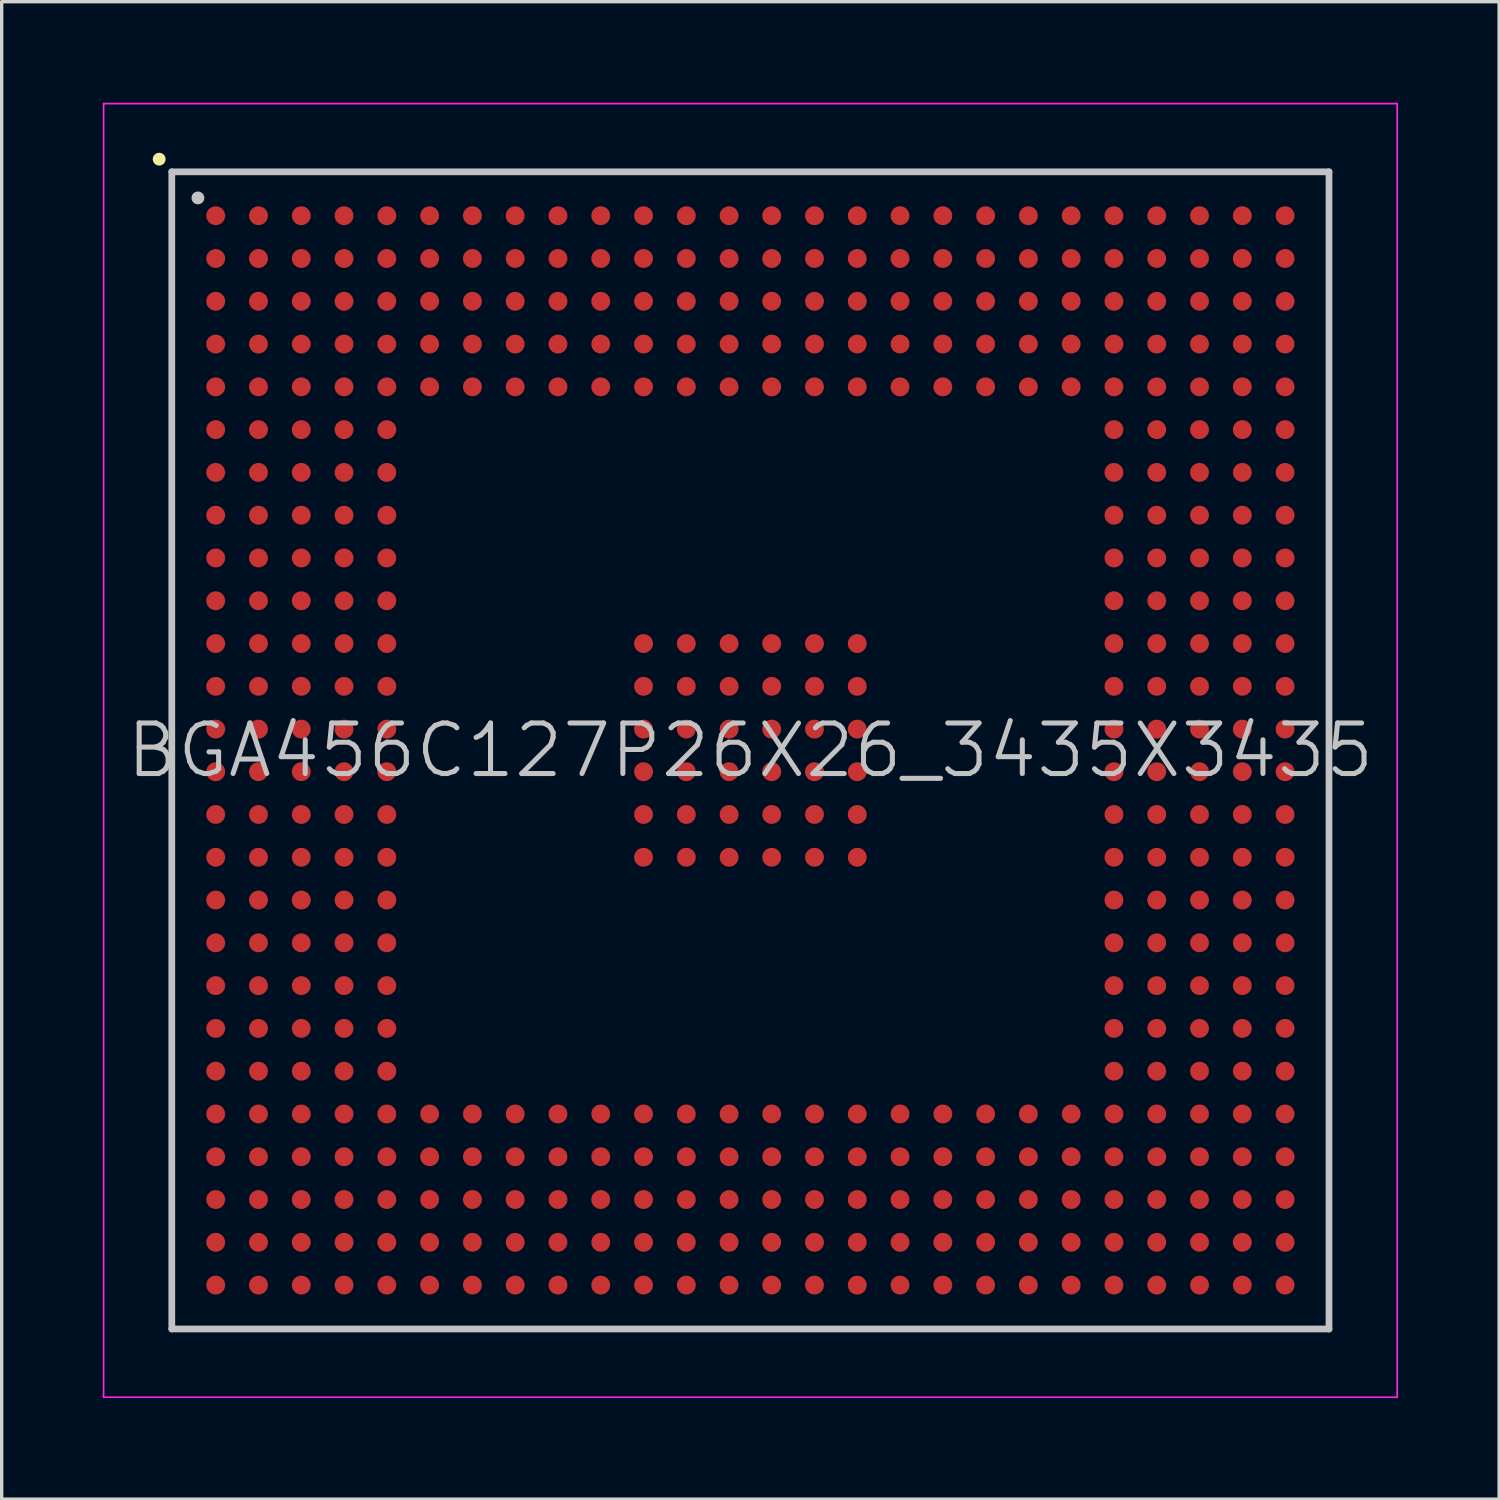
<source format=kicad_pcb>
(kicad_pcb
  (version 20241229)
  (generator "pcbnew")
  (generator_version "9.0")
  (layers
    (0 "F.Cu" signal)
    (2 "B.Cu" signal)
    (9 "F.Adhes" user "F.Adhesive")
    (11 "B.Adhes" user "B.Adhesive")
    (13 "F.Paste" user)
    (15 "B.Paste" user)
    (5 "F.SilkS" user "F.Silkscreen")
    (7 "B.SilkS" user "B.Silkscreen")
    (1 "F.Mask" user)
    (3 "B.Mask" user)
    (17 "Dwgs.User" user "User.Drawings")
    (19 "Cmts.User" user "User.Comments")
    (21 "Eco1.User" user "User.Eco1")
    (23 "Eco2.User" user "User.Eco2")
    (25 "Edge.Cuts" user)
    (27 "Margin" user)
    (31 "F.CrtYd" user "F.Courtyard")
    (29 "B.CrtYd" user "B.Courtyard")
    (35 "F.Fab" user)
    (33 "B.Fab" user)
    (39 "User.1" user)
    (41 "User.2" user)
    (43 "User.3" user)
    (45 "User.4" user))
  (footprint "BGA456C127P26X26_3435X3435"
    (layer "F.Cu")
    (at 19.225 19.225)
    (property "Reference" "BGA456C127P26X26_3435X3435" (at 0 0 0) (layer "Dwgs.User") (effects (font (size 1.5 1.5) (thickness 0.15))))
    (attr smd)
    (fp_line (start -17.55 -17.55) (end -17.55 -17.55) (stroke (width 0.381) (type solid)) (layer "F.SilkS"))
    (fp_line (start -17.175 -17.175) (end -17.175 17.175) (stroke (width 0.2) (type solid)) (layer "Dwgs.User"))
    (fp_line (start -17.175 -17.175) (end 17.175 -17.175) (stroke (width 0.2) (type solid)) (layer "Dwgs.User"))
    (fp_line (start -17.175 17.175) (end 17.175 17.175) (stroke (width 0.2) (type solid)) (layer "Dwgs.User"))
    (fp_line (start -16.4 -16.4) (end -16.4 -16.4) (stroke (width 0.381) (type solid)) (layer "Dwgs.User"))
    (fp_line (start 17.175 -17.175) (end 17.175 17.175) (stroke (width 0.2) (type solid)) (layer "Dwgs.User"))
    (fp_line (start -19.2 -19.2) (end -19.2 19.2) (stroke (width 0.05) (type solid)) (layer "F.CrtYd"))
    (fp_line (start -19.2 -19.2) (end 19.2 -19.2) (stroke (width 0.05) (type solid)) (layer "F.CrtYd"))
    (fp_line (start -19.2 19.2) (end 19.2 19.2) (stroke (width 0.05) (type solid)) (layer "F.CrtYd"))
    (fp_line (start 19.2 -19.2) (end 19.2 19.2) (stroke (width 0.05) (type solid)) (layer "F.CrtYd"))
    (pad "A1" smd circle (at -15.872 -15.872 270) (size 0.56 0.56) (layers "F.Cu" "F.Mask" "F.Paste"))
    (pad "A2" smd circle (at -14.602 -15.872 270) (size 0.56 0.56) (layers "F.Cu" "F.Mask" "F.Paste"))
    (pad "A3" smd circle (at -13.332 -15.872 270) (size 0.56 0.56) (layers "F.Cu" "F.Mask" "F.Paste"))
    (pad "A4" smd circle (at -12.062 -15.872 270) (size 0.56 0.56) (layers "F.Cu" "F.Mask" "F.Paste"))
    (pad "A5" smd circle (at -10.792 -15.872 270) (size 0.56 0.56) (layers "F.Cu" "F.Mask" "F.Paste"))
    (pad "A6" smd circle (at -9.522 -15.872 270) (size 0.56 0.56) (layers "F.Cu" "F.Mask" "F.Paste"))
    (pad "A7" smd circle (at -8.252 -15.872 270) (size 0.56 0.56) (layers "F.Cu" "F.Mask" "F.Paste"))
    (pad "A8" smd circle (at -6.982 -15.872 270) (size 0.56 0.56) (layers "F.Cu" "F.Mask" "F.Paste"))
    (pad "A9" smd circle (at -5.712 -15.872 270) (size 0.56 0.56) (layers "F.Cu" "F.Mask" "F.Paste"))
    (pad "A10" smd circle (at -4.442 -15.872 270) (size 0.56 0.56) (layers "F.Cu" "F.Mask" "F.Paste"))
    (pad "A11" smd circle (at -3.172 -15.872 270) (size 0.56 0.56) (layers "F.Cu" "F.Mask" "F.Paste"))
    (pad "A12" smd circle (at -1.902 -15.872 270) (size 0.56 0.56) (layers "F.Cu" "F.Mask" "F.Paste"))
    (pad "A13" smd circle (at -0.632 -15.872 270) (size 0.56 0.56) (layers "F.Cu" "F.Mask" "F.Paste"))
    (pad "A14" smd circle (at 0.632 -15.872 270) (size 0.56 0.56) (layers "F.Cu" "F.Mask" "F.Paste"))
    (pad "A15" smd circle (at 1.902 -15.872 270) (size 0.56 0.56) (layers "F.Cu" "F.Mask" "F.Paste"))
    (pad "A16" smd circle (at 3.172 -15.872 270) (size 0.56 0.56) (layers "F.Cu" "F.Mask" "F.Paste"))
    (pad "A17" smd circle (at 4.442 -15.872 270) (size 0.56 0.56) (layers "F.Cu" "F.Mask" "F.Paste"))
    (pad "A18" smd circle (at 5.712 -15.872 270) (size 0.56 0.56) (layers "F.Cu" "F.Mask" "F.Paste"))
    (pad "A19" smd circle (at 6.982 -15.872 270) (size 0.56 0.56) (layers "F.Cu" "F.Mask" "F.Paste"))
    (pad "A20" smd circle (at 8.252 -15.872 270) (size 0.56 0.56) (layers "F.Cu" "F.Mask" "F.Paste"))
    (pad "A21" smd circle (at 9.522 -15.872 270) (size 0.56 0.56) (layers "F.Cu" "F.Mask" "F.Paste"))
    (pad "A22" smd circle (at 10.792 -15.872 270) (size 0.56 0.56) (layers "F.Cu" "F.Mask" "F.Paste"))
    (pad "A23" smd circle (at 12.062 -15.872 270) (size 0.56 0.56) (layers "F.Cu" "F.Mask" "F.Paste"))
    (pad "A24" smd circle (at 13.332 -15.872 270) (size 0.56 0.56) (layers "F.Cu" "F.Mask" "F.Paste"))
    (pad "A25" smd circle (at 14.602 -15.872 270) (size 0.56 0.56) (layers "F.Cu" "F.Mask" "F.Paste"))
    (pad "A26" smd circle (at 15.872 -15.872 270) (size 0.56 0.56) (layers "F.Cu" "F.Mask" "F.Paste"))
    (pad "AA1" smd circle (at -15.872 9.522 270) (size 0.56 0.56) (layers "F.Cu" "F.Mask" "F.Paste"))
    (pad "AA2" smd circle (at -14.602 9.522 270) (size 0.56 0.56) (layers "F.Cu" "F.Mask" "F.Paste"))
    (pad "AA3" smd circle (at -13.332 9.522 270) (size 0.56 0.56) (layers "F.Cu" "F.Mask" "F.Paste"))
    (pad "AA4" smd circle (at -12.062 9.522 270) (size 0.56 0.56) (layers "F.Cu" "F.Mask" "F.Paste"))
    (pad "AA5" smd circle (at -10.792 9.522 270) (size 0.56 0.56) (layers "F.Cu" "F.Mask" "F.Paste"))
    (pad "AA22" smd circle (at 10.792 9.522 270) (size 0.56 0.56) (layers "F.Cu" "F.Mask" "F.Paste"))
    (pad "AA23" smd circle (at 12.062 9.522 270) (size 0.56 0.56) (layers "F.Cu" "F.Mask" "F.Paste"))
    (pad "AA24" smd circle (at 13.332 9.522 270) (size 0.56 0.56) (layers "F.Cu" "F.Mask" "F.Paste"))
    (pad "AA25" smd circle (at 14.602 9.522 270) (size 0.56 0.56) (layers "F.Cu" "F.Mask" "F.Paste"))
    (pad "AA26" smd circle (at 15.872 9.522 270) (size 0.56 0.56) (layers "F.Cu" "F.Mask" "F.Paste"))
    (pad "AB1" smd circle (at -15.872 10.792 270) (size 0.56 0.56) (layers "F.Cu" "F.Mask" "F.Paste"))
    (pad "AB2" smd circle (at -14.602 10.792 270) (size 0.56 0.56) (layers "F.Cu" "F.Mask" "F.Paste"))
    (pad "AB3" smd circle (at -13.332 10.792 270) (size 0.56 0.56) (layers "F.Cu" "F.Mask" "F.Paste"))
    (pad "AB4" smd circle (at -12.062 10.792 270) (size 0.56 0.56) (layers "F.Cu" "F.Mask" "F.Paste"))
    (pad "AB5" smd circle (at -10.792 10.792 270) (size 0.56 0.56) (layers "F.Cu" "F.Mask" "F.Paste"))
    (pad "AB6" smd circle (at -9.522 10.792 270) (size 0.56 0.56) (layers "F.Cu" "F.Mask" "F.Paste"))
    (pad "AB7" smd circle (at -8.252 10.792 270) (size 0.56 0.56) (layers "F.Cu" "F.Mask" "F.Paste"))
    (pad "AB8" smd circle (at -6.982 10.792 270) (size 0.56 0.56) (layers "F.Cu" "F.Mask" "F.Paste"))
    (pad "AB9" smd circle (at -5.712 10.792 270) (size 0.56 0.56) (layers "F.Cu" "F.Mask" "F.Paste"))
    (pad "AB10" smd circle (at -4.442 10.792 270) (size 0.56 0.56) (layers "F.Cu" "F.Mask" "F.Paste"))
    (pad "AB11" smd circle (at -3.172 10.792 270) (size 0.56 0.56) (layers "F.Cu" "F.Mask" "F.Paste"))
    (pad "AB12" smd circle (at -1.902 10.792 270) (size 0.56 0.56) (layers "F.Cu" "F.Mask" "F.Paste"))
    (pad "AB13" smd circle (at -0.632 10.792 270) (size 0.56 0.56) (layers "F.Cu" "F.Mask" "F.Paste"))
    (pad "AB14" smd circle (at 0.632 10.792 270) (size 0.56 0.56) (layers "F.Cu" "F.Mask" "F.Paste"))
    (pad "AB15" smd circle (at 1.902 10.792 270) (size 0.56 0.56) (layers "F.Cu" "F.Mask" "F.Paste"))
    (pad "AB16" smd circle (at 3.172 10.792 270) (size 0.56 0.56) (layers "F.Cu" "F.Mask" "F.Paste"))
    (pad "AB17" smd circle (at 4.442 10.792 270) (size 0.56 0.56) (layers "F.Cu" "F.Mask" "F.Paste"))
    (pad "AB18" smd circle (at 5.712 10.792 270) (size 0.56 0.56) (layers "F.Cu" "F.Mask" "F.Paste"))
    (pad "AB19" smd circle (at 6.982 10.792 270) (size 0.56 0.56) (layers "F.Cu" "F.Mask" "F.Paste"))
    (pad "AB20" smd circle (at 8.252 10.792 270) (size 0.56 0.56) (layers "F.Cu" "F.Mask" "F.Paste"))
    (pad "AB21" smd circle (at 9.522 10.792 270) (size 0.56 0.56) (layers "F.Cu" "F.Mask" "F.Paste"))
    (pad "AB22" smd circle (at 10.792 10.792 270) (size 0.56 0.56) (layers "F.Cu" "F.Mask" "F.Paste"))
    (pad "AB23" smd circle (at 12.062 10.792 270) (size 0.56 0.56) (layers "F.Cu" "F.Mask" "F.Paste"))
    (pad "AB24" smd circle (at 13.332 10.792 270) (size 0.56 0.56) (layers "F.Cu" "F.Mask" "F.Paste"))
    (pad "AB25" smd circle (at 14.602 10.792 270) (size 0.56 0.56) (layers "F.Cu" "F.Mask" "F.Paste"))
    (pad "AB26" smd circle (at 15.872 10.792 270) (size 0.56 0.56) (layers "F.Cu" "F.Mask" "F.Paste"))
    (pad "AC1" smd circle (at -15.872 12.062 270) (size 0.56 0.56) (layers "F.Cu" "F.Mask" "F.Paste"))
    (pad "AC2" smd circle (at -14.602 12.062 270) (size 0.56 0.56) (layers "F.Cu" "F.Mask" "F.Paste"))
    (pad "AC3" smd circle (at -13.332 12.062 270) (size 0.56 0.56) (layers "F.Cu" "F.Mask" "F.Paste"))
    (pad "AC4" smd circle (at -12.062 12.062 270) (size 0.56 0.56) (layers "F.Cu" "F.Mask" "F.Paste"))
    (pad "AC5" smd circle (at -10.792 12.062 270) (size 0.56 0.56) (layers "F.Cu" "F.Mask" "F.Paste"))
    (pad "AC6" smd circle (at -9.522 12.062 270) (size 0.56 0.56) (layers "F.Cu" "F.Mask" "F.Paste"))
    (pad "AC7" smd circle (at -8.252 12.062 270) (size 0.56 0.56) (layers "F.Cu" "F.Mask" "F.Paste"))
    (pad "AC8" smd circle (at -6.982 12.062 270) (size 0.56 0.56) (layers "F.Cu" "F.Mask" "F.Paste"))
    (pad "AC9" smd circle (at -5.712 12.062 270) (size 0.56 0.56) (layers "F.Cu" "F.Mask" "F.Paste"))
    (pad "AC10" smd circle (at -4.442 12.062 270) (size 0.56 0.56) (layers "F.Cu" "F.Mask" "F.Paste"))
    (pad "AC11" smd circle (at -3.172 12.062 270) (size 0.56 0.56) (layers "F.Cu" "F.Mask" "F.Paste"))
    (pad "AC12" smd circle (at -1.902 12.062 270) (size 0.56 0.56) (layers "F.Cu" "F.Mask" "F.Paste"))
    (pad "AC13" smd circle (at -0.632 12.062 270) (size 0.56 0.56) (layers "F.Cu" "F.Mask" "F.Paste"))
    (pad "AC14" smd circle (at 0.632 12.062 270) (size 0.56 0.56) (layers "F.Cu" "F.Mask" "F.Paste"))
    (pad "AC15" smd circle (at 1.902 12.062 270) (size 0.56 0.56) (layers "F.Cu" "F.Mask" "F.Paste"))
    (pad "AC16" smd circle (at 3.172 12.062 270) (size 0.56 0.56) (layers "F.Cu" "F.Mask" "F.Paste"))
    (pad "AC17" smd circle (at 4.442 12.062 270) (size 0.56 0.56) (layers "F.Cu" "F.Mask" "F.Paste"))
    (pad "AC18" smd circle (at 5.712 12.062 270) (size 0.56 0.56) (layers "F.Cu" "F.Mask" "F.Paste"))
    (pad "AC19" smd circle (at 6.982 12.062 270) (size 0.56 0.56) (layers "F.Cu" "F.Mask" "F.Paste"))
    (pad "AC20" smd circle (at 8.252 12.062 270) (size 0.56 0.56) (layers "F.Cu" "F.Mask" "F.Paste"))
    (pad "AC21" smd circle (at 9.522 12.062 270) (size 0.56 0.56) (layers "F.Cu" "F.Mask" "F.Paste"))
    (pad "AC22" smd circle (at 10.792 12.062 270) (size 0.56 0.56) (layers "F.Cu" "F.Mask" "F.Paste"))
    (pad "AC23" smd circle (at 12.062 12.062 270) (size 0.56 0.56) (layers "F.Cu" "F.Mask" "F.Paste"))
    (pad "AC24" smd circle (at 13.332 12.062 270) (size 0.56 0.56) (layers "F.Cu" "F.Mask" "F.Paste"))
    (pad "AC25" smd circle (at 14.602 12.062 270) (size 0.56 0.56) (layers "F.Cu" "F.Mask" "F.Paste"))
    (pad "AC26" smd circle (at 15.872 12.062 270) (size 0.56 0.56) (layers "F.Cu" "F.Mask" "F.Paste"))
    (pad "AD1" smd circle (at -15.872 13.332 270) (size 0.56 0.56) (layers "F.Cu" "F.Mask" "F.Paste"))
    (pad "AD2" smd circle (at -14.602 13.332 270) (size 0.56 0.56) (layers "F.Cu" "F.Mask" "F.Paste"))
    (pad "AD3" smd circle (at -13.332 13.332 270) (size 0.56 0.56) (layers "F.Cu" "F.Mask" "F.Paste"))
    (pad "AD4" smd circle (at -12.062 13.332 270) (size 0.56 0.56) (layers "F.Cu" "F.Mask" "F.Paste"))
    (pad "AD5" smd circle (at -10.792 13.332 270) (size 0.56 0.56) (layers "F.Cu" "F.Mask" "F.Paste"))
    (pad "AD6" smd circle (at -9.522 13.332 270) (size 0.56 0.56) (layers "F.Cu" "F.Mask" "F.Paste"))
    (pad "AD7" smd circle (at -8.252 13.332 270) (size 0.56 0.56) (layers "F.Cu" "F.Mask" "F.Paste"))
    (pad "AD8" smd circle (at -6.982 13.332 270) (size 0.56 0.56) (layers "F.Cu" "F.Mask" "F.Paste"))
    (pad "AD9" smd circle (at -5.712 13.332 270) (size 0.56 0.56) (layers "F.Cu" "F.Mask" "F.Paste"))
    (pad "AD10" smd circle (at -4.442 13.332 270) (size 0.56 0.56) (layers "F.Cu" "F.Mask" "F.Paste"))
    (pad "AD11" smd circle (at -3.172 13.332 270) (size 0.56 0.56) (layers "F.Cu" "F.Mask" "F.Paste"))
    (pad "AD12" smd circle (at -1.902 13.332 270) (size 0.56 0.56) (layers "F.Cu" "F.Mask" "F.Paste"))
    (pad "AD13" smd circle (at -0.632 13.332 270) (size 0.56 0.56) (layers "F.Cu" "F.Mask" "F.Paste"))
    (pad "AD14" smd circle (at 0.632 13.332 270) (size 0.56 0.56) (layers "F.Cu" "F.Mask" "F.Paste"))
    (pad "AD15" smd circle (at 1.902 13.332 270) (size 0.56 0.56) (layers "F.Cu" "F.Mask" "F.Paste"))
    (pad "AD16" smd circle (at 3.172 13.332 270) (size 0.56 0.56) (layers "F.Cu" "F.Mask" "F.Paste"))
    (pad "AD17" smd circle (at 4.442 13.332 270) (size 0.56 0.56) (layers "F.Cu" "F.Mask" "F.Paste"))
    (pad "AD18" smd circle (at 5.712 13.332 270) (size 0.56 0.56) (layers "F.Cu" "F.Mask" "F.Paste"))
    (pad "AD19" smd circle (at 6.982 13.332 270) (size 0.56 0.56) (layers "F.Cu" "F.Mask" "F.Paste"))
    (pad "AD20" smd circle (at 8.252 13.332 270) (size 0.56 0.56) (layers "F.Cu" "F.Mask" "F.Paste"))
    (pad "AD21" smd circle (at 9.522 13.332 270) (size 0.56 0.56) (layers "F.Cu" "F.Mask" "F.Paste"))
    (pad "AD22" smd circle (at 10.792 13.332 270) (size 0.56 0.56) (layers "F.Cu" "F.Mask" "F.Paste"))
    (pad "AD23" smd circle (at 12.062 13.332 270) (size 0.56 0.56) (layers "F.Cu" "F.Mask" "F.Paste"))
    (pad "AD24" smd circle (at 13.332 13.332 270) (size 0.56 0.56) (layers "F.Cu" "F.Mask" "F.Paste"))
    (pad "AD25" smd circle (at 14.602 13.332 270) (size 0.56 0.56) (layers "F.Cu" "F.Mask" "F.Paste"))
    (pad "AD26" smd circle (at 15.872 13.332 270) (size 0.56 0.56) (layers "F.Cu" "F.Mask" "F.Paste"))
    (pad "AE1" smd circle (at -15.872 14.602 270) (size 0.56 0.56) (layers "F.Cu" "F.Mask" "F.Paste"))
    (pad "AE2" smd circle (at -14.602 14.602 270) (size 0.56 0.56) (layers "F.Cu" "F.Mask" "F.Paste"))
    (pad "AE3" smd circle (at -13.332 14.602 270) (size 0.56 0.56) (layers "F.Cu" "F.Mask" "F.Paste"))
    (pad "AE4" smd circle (at -12.062 14.602 270) (size 0.56 0.56) (layers "F.Cu" "F.Mask" "F.Paste"))
    (pad "AE5" smd circle (at -10.792 14.602 270) (size 0.56 0.56) (layers "F.Cu" "F.Mask" "F.Paste"))
    (pad "AE6" smd circle (at -9.522 14.602 270) (size 0.56 0.56) (layers "F.Cu" "F.Mask" "F.Paste"))
    (pad "AE7" smd circle (at -8.252 14.602 270) (size 0.56 0.56) (layers "F.Cu" "F.Mask" "F.Paste"))
    (pad "AE8" smd circle (at -6.982 14.602 270) (size 0.56 0.56) (layers "F.Cu" "F.Mask" "F.Paste"))
    (pad "AE9" smd circle (at -5.712 14.602 270) (size 0.56 0.56) (layers "F.Cu" "F.Mask" "F.Paste"))
    (pad "AE10" smd circle (at -4.442 14.602 270) (size 0.56 0.56) (layers "F.Cu" "F.Mask" "F.Paste"))
    (pad "AE11" smd circle (at -3.172 14.602 270) (size 0.56 0.56) (layers "F.Cu" "F.Mask" "F.Paste"))
    (pad "AE12" smd circle (at -1.902 14.602 270) (size 0.56 0.56) (layers "F.Cu" "F.Mask" "F.Paste"))
    (pad "AE13" smd circle (at -0.632 14.602 270) (size 0.56 0.56) (layers "F.Cu" "F.Mask" "F.Paste"))
    (pad "AE14" smd circle (at 0.632 14.602 270) (size 0.56 0.56) (layers "F.Cu" "F.Mask" "F.Paste"))
    (pad "AE15" smd circle (at 1.902 14.602 270) (size 0.56 0.56) (layers "F.Cu" "F.Mask" "F.Paste"))
    (pad "AE16" smd circle (at 3.172 14.602 270) (size 0.56 0.56) (layers "F.Cu" "F.Mask" "F.Paste"))
    (pad "AE17" smd circle (at 4.442 14.602 270) (size 0.56 0.56) (layers "F.Cu" "F.Mask" "F.Paste"))
    (pad "AE18" smd circle (at 5.712 14.602 270) (size 0.56 0.56) (layers "F.Cu" "F.Mask" "F.Paste"))
    (pad "AE19" smd circle (at 6.982 14.602 270) (size 0.56 0.56) (layers "F.Cu" "F.Mask" "F.Paste"))
    (pad "AE20" smd circle (at 8.252 14.602 270) (size 0.56 0.56) (layers "F.Cu" "F.Mask" "F.Paste"))
    (pad "AE21" smd circle (at 9.522 14.602 270) (size 0.56 0.56) (layers "F.Cu" "F.Mask" "F.Paste"))
    (pad "AE22" smd circle (at 10.792 14.602 270) (size 0.56 0.56) (layers "F.Cu" "F.Mask" "F.Paste"))
    (pad "AE23" smd circle (at 12.062 14.602 270) (size 0.56 0.56) (layers "F.Cu" "F.Mask" "F.Paste"))
    (pad "AE24" smd circle (at 13.332 14.602 270) (size 0.56 0.56) (layers "F.Cu" "F.Mask" "F.Paste"))
    (pad "AE25" smd circle (at 14.602 14.602 270) (size 0.56 0.56) (layers "F.Cu" "F.Mask" "F.Paste"))
    (pad "AE26" smd circle (at 15.872 14.602 270) (size 0.56 0.56) (layers "F.Cu" "F.Mask" "F.Paste"))
    (pad "AF1" smd circle (at -15.872 15.872 270) (size 0.56 0.56) (layers "F.Cu" "F.Mask" "F.Paste"))
    (pad "AF2" smd circle (at -14.602 15.872 270) (size 0.56 0.56) (layers "F.Cu" "F.Mask" "F.Paste"))
    (pad "AF3" smd circle (at -13.332 15.872 270) (size 0.56 0.56) (layers "F.Cu" "F.Mask" "F.Paste"))
    (pad "AF4" smd circle (at -12.062 15.872 270) (size 0.56 0.56) (layers "F.Cu" "F.Mask" "F.Paste"))
    (pad "AF5" smd circle (at -10.792 15.872 270) (size 0.56 0.56) (layers "F.Cu" "F.Mask" "F.Paste"))
    (pad "AF6" smd circle (at -9.522 15.872 270) (size 0.56 0.56) (layers "F.Cu" "F.Mask" "F.Paste"))
    (pad "AF7" smd circle (at -8.252 15.872 270) (size 0.56 0.56) (layers "F.Cu" "F.Mask" "F.Paste"))
    (pad "AF8" smd circle (at -6.982 15.872 270) (size 0.56 0.56) (layers "F.Cu" "F.Mask" "F.Paste"))
    (pad "AF9" smd circle (at -5.712 15.872 270) (size 0.56 0.56) (layers "F.Cu" "F.Mask" "F.Paste"))
    (pad "AF10" smd circle (at -4.442 15.872 270) (size 0.56 0.56) (layers "F.Cu" "F.Mask" "F.Paste"))
    (pad "AF11" smd circle (at -3.172 15.872 270) (size 0.56 0.56) (layers "F.Cu" "F.Mask" "F.Paste"))
    (pad "AF12" smd circle (at -1.902 15.872 270) (size 0.56 0.56) (layers "F.Cu" "F.Mask" "F.Paste"))
    (pad "AF13" smd circle (at -0.632 15.872 270) (size 0.56 0.56) (layers "F.Cu" "F.Mask" "F.Paste"))
    (pad "AF14" smd circle (at 0.632 15.872 270) (size 0.56 0.56) (layers "F.Cu" "F.Mask" "F.Paste"))
    (pad "AF15" smd circle (at 1.902 15.872 270) (size 0.56 0.56) (layers "F.Cu" "F.Mask" "F.Paste"))
    (pad "AF16" smd circle (at 3.172 15.872 270) (size 0.56 0.56) (layers "F.Cu" "F.Mask" "F.Paste"))
    (pad "AF17" smd circle (at 4.442 15.872 270) (size 0.56 0.56) (layers "F.Cu" "F.Mask" "F.Paste"))
    (pad "AF18" smd circle (at 5.712 15.872 270) (size 0.56 0.56) (layers "F.Cu" "F.Mask" "F.Paste"))
    (pad "AF19" smd circle (at 6.982 15.872 270) (size 0.56 0.56) (layers "F.Cu" "F.Mask" "F.Paste"))
    (pad "AF20" smd circle (at 8.252 15.872 270) (size 0.56 0.56) (layers "F.Cu" "F.Mask" "F.Paste"))
    (pad "AF21" smd circle (at 9.522 15.872 270) (size 0.56 0.56) (layers "F.Cu" "F.Mask" "F.Paste"))
    (pad "AF22" smd circle (at 10.792 15.872 270) (size 0.56 0.56) (layers "F.Cu" "F.Mask" "F.Paste"))
    (pad "AF23" smd circle (at 12.062 15.872 270) (size 0.56 0.56) (layers "F.Cu" "F.Mask" "F.Paste"))
    (pad "AF24" smd circle (at 13.332 15.872 270) (size 0.56 0.56) (layers "F.Cu" "F.Mask" "F.Paste"))
    (pad "AF25" smd circle (at 14.602 15.872 270) (size 0.56 0.56) (layers "F.Cu" "F.Mask" "F.Paste"))
    (pad "AF26" smd circle (at 15.872 15.872 270) (size 0.56 0.56) (layers "F.Cu" "F.Mask" "F.Paste"))
    (pad "B1" smd circle (at -15.872 -14.602 270) (size 0.56 0.56) (layers "F.Cu" "F.Mask" "F.Paste"))
    (pad "B2" smd circle (at -14.602 -14.602 270) (size 0.56 0.56) (layers "F.Cu" "F.Mask" "F.Paste"))
    (pad "B3" smd circle (at -13.332 -14.602 270) (size 0.56 0.56) (layers "F.Cu" "F.Mask" "F.Paste"))
    (pad "B4" smd circle (at -12.062 -14.602 270) (size 0.56 0.56) (layers "F.Cu" "F.Mask" "F.Paste"))
    (pad "B5" smd circle (at -10.792 -14.602 270) (size 0.56 0.56) (layers "F.Cu" "F.Mask" "F.Paste"))
    (pad "B6" smd circle (at -9.522 -14.602 270) (size 0.56 0.56) (layers "F.Cu" "F.Mask" "F.Paste"))
    (pad "B7" smd circle (at -8.252 -14.602 270) (size 0.56 0.56) (layers "F.Cu" "F.Mask" "F.Paste"))
    (pad "B8" smd circle (at -6.982 -14.602 270) (size 0.56 0.56) (layers "F.Cu" "F.Mask" "F.Paste"))
    (pad "B9" smd circle (at -5.712 -14.602 270) (size 0.56 0.56) (layers "F.Cu" "F.Mask" "F.Paste"))
    (pad "B10" smd circle (at -4.442 -14.602 270) (size 0.56 0.56) (layers "F.Cu" "F.Mask" "F.Paste"))
    (pad "B11" smd circle (at -3.172 -14.602 270) (size 0.56 0.56) (layers "F.Cu" "F.Mask" "F.Paste"))
    (pad "B12" smd circle (at -1.902 -14.602 270) (size 0.56 0.56) (layers "F.Cu" "F.Mask" "F.Paste"))
    (pad "B13" smd circle (at -0.632 -14.602 270) (size 0.56 0.56) (layers "F.Cu" "F.Mask" "F.Paste"))
    (pad "B14" smd circle (at 0.632 -14.602 270) (size 0.56 0.56) (layers "F.Cu" "F.Mask" "F.Paste"))
    (pad "B15" smd circle (at 1.902 -14.602 270) (size 0.56 0.56) (layers "F.Cu" "F.Mask" "F.Paste"))
    (pad "B16" smd circle (at 3.172 -14.602 270) (size 0.56 0.56) (layers "F.Cu" "F.Mask" "F.Paste"))
    (pad "B17" smd circle (at 4.442 -14.602 270) (size 0.56 0.56) (layers "F.Cu" "F.Mask" "F.Paste"))
    (pad "B18" smd circle (at 5.712 -14.602 270) (size 0.56 0.56) (layers "F.Cu" "F.Mask" "F.Paste"))
    (pad "B19" smd circle (at 6.982 -14.602 270) (size 0.56 0.56) (layers "F.Cu" "F.Mask" "F.Paste"))
    (pad "B20" smd circle (at 8.252 -14.602 270) (size 0.56 0.56) (layers "F.Cu" "F.Mask" "F.Paste"))
    (pad "B21" smd circle (at 9.522 -14.602 270) (size 0.56 0.56) (layers "F.Cu" "F.Mask" "F.Paste"))
    (pad "B22" smd circle (at 10.792 -14.602 270) (size 0.56 0.56) (layers "F.Cu" "F.Mask" "F.Paste"))
    (pad "B23" smd circle (at 12.062 -14.602 270) (size 0.56 0.56) (layers "F.Cu" "F.Mask" "F.Paste"))
    (pad "B24" smd circle (at 13.332 -14.602 270) (size 0.56 0.56) (layers "F.Cu" "F.Mask" "F.Paste"))
    (pad "B25" smd circle (at 14.602 -14.602 270) (size 0.56 0.56) (layers "F.Cu" "F.Mask" "F.Paste"))
    (pad "B26" smd circle (at 15.872 -14.602 270) (size 0.56 0.56) (layers "F.Cu" "F.Mask" "F.Paste"))
    (pad "C1" smd circle (at -15.872 -13.332 270) (size 0.56 0.56) (layers "F.Cu" "F.Mask" "F.Paste"))
    (pad "C2" smd circle (at -14.602 -13.332 270) (size 0.56 0.56) (layers "F.Cu" "F.Mask" "F.Paste"))
    (pad "C3" smd circle (at -13.332 -13.332 270) (size 0.56 0.56) (layers "F.Cu" "F.Mask" "F.Paste"))
    (pad "C4" smd circle (at -12.062 -13.332 270) (size 0.56 0.56) (layers "F.Cu" "F.Mask" "F.Paste"))
    (pad "C5" smd circle (at -10.792 -13.332 270) (size 0.56 0.56) (layers "F.Cu" "F.Mask" "F.Paste"))
    (pad "C6" smd circle (at -9.522 -13.332 270) (size 0.56 0.56) (layers "F.Cu" "F.Mask" "F.Paste"))
    (pad "C7" smd circle (at -8.252 -13.332 270) (size 0.56 0.56) (layers "F.Cu" "F.Mask" "F.Paste"))
    (pad "C8" smd circle (at -6.982 -13.332 270) (size 0.56 0.56) (layers "F.Cu" "F.Mask" "F.Paste"))
    (pad "C9" smd circle (at -5.712 -13.332 270) (size 0.56 0.56) (layers "F.Cu" "F.Mask" "F.Paste"))
    (pad "C10" smd circle (at -4.442 -13.332 270) (size 0.56 0.56) (layers "F.Cu" "F.Mask" "F.Paste"))
    (pad "C11" smd circle (at -3.172 -13.332 270) (size 0.56 0.56) (layers "F.Cu" "F.Mask" "F.Paste"))
    (pad "C12" smd circle (at -1.902 -13.332 270) (size 0.56 0.56) (layers "F.Cu" "F.Mask" "F.Paste"))
    (pad "C13" smd circle (at -0.632 -13.332 270) (size 0.56 0.56) (layers "F.Cu" "F.Mask" "F.Paste"))
    (pad "C14" smd circle (at 0.632 -13.332 270) (size 0.56 0.56) (layers "F.Cu" "F.Mask" "F.Paste"))
    (pad "C15" smd circle (at 1.902 -13.332 270) (size 0.56 0.56) (layers "F.Cu" "F.Mask" "F.Paste"))
    (pad "C16" smd circle (at 3.172 -13.332 270) (size 0.56 0.56) (layers "F.Cu" "F.Mask" "F.Paste"))
    (pad "C17" smd circle (at 4.442 -13.332 270) (size 0.56 0.56) (layers "F.Cu" "F.Mask" "F.Paste"))
    (pad "C18" smd circle (at 5.712 -13.332 270) (size 0.56 0.56) (layers "F.Cu" "F.Mask" "F.Paste"))
    (pad "C19" smd circle (at 6.982 -13.332 270) (size 0.56 0.56) (layers "F.Cu" "F.Mask" "F.Paste"))
    (pad "C20" smd circle (at 8.252 -13.332 270) (size 0.56 0.56) (layers "F.Cu" "F.Mask" "F.Paste"))
    (pad "C21" smd circle (at 9.522 -13.332 270) (size 0.56 0.56) (layers "F.Cu" "F.Mask" "F.Paste"))
    (pad "C22" smd circle (at 10.792 -13.332 270) (size 0.56 0.56) (layers "F.Cu" "F.Mask" "F.Paste"))
    (pad "C23" smd circle (at 12.062 -13.332 270) (size 0.56 0.56) (layers "F.Cu" "F.Mask" "F.Paste"))
    (pad "C24" smd circle (at 13.332 -13.332 270) (size 0.56 0.56) (layers "F.Cu" "F.Mask" "F.Paste"))
    (pad "C25" smd circle (at 14.602 -13.332 270) (size 0.56 0.56) (layers "F.Cu" "F.Mask" "F.Paste"))
    (pad "C26" smd circle (at 15.872 -13.332 270) (size 0.56 0.56) (layers "F.Cu" "F.Mask" "F.Paste"))
    (pad "D1" smd circle (at -15.872 -12.062 270) (size 0.56 0.56) (layers "F.Cu" "F.Mask" "F.Paste"))
    (pad "D2" smd circle (at -14.602 -12.062 270) (size 0.56 0.56) (layers "F.Cu" "F.Mask" "F.Paste"))
    (pad "D3" smd circle (at -13.332 -12.062 270) (size 0.56 0.56) (layers "F.Cu" "F.Mask" "F.Paste"))
    (pad "D4" smd circle (at -12.062 -12.062 270) (size 0.56 0.56) (layers "F.Cu" "F.Mask" "F.Paste"))
    (pad "D5" smd circle (at -10.792 -12.062 270) (size 0.56 0.56) (layers "F.Cu" "F.Mask" "F.Paste"))
    (pad "D6" smd circle (at -9.522 -12.062 270) (size 0.56 0.56) (layers "F.Cu" "F.Mask" "F.Paste"))
    (pad "D7" smd circle (at -8.252 -12.062 270) (size 0.56 0.56) (layers "F.Cu" "F.Mask" "F.Paste"))
    (pad "D8" smd circle (at -6.982 -12.062 270) (size 0.56 0.56) (layers "F.Cu" "F.Mask" "F.Paste"))
    (pad "D9" smd circle (at -5.712 -12.062 270) (size 0.56 0.56) (layers "F.Cu" "F.Mask" "F.Paste"))
    (pad "D10" smd circle (at -4.442 -12.062 270) (size 0.56 0.56) (layers "F.Cu" "F.Mask" "F.Paste"))
    (pad "D11" smd circle (at -3.172 -12.062 270) (size 0.56 0.56) (layers "F.Cu" "F.Mask" "F.Paste"))
    (pad "D12" smd circle (at -1.902 -12.062 270) (size 0.56 0.56) (layers "F.Cu" "F.Mask" "F.Paste"))
    (pad "D13" smd circle (at -0.632 -12.062 270) (size 0.56 0.56) (layers "F.Cu" "F.Mask" "F.Paste"))
    (pad "D14" smd circle (at 0.632 -12.062 270) (size 0.56 0.56) (layers "F.Cu" "F.Mask" "F.Paste"))
    (pad "D15" smd circle (at 1.902 -12.062 270) (size 0.56 0.56) (layers "F.Cu" "F.Mask" "F.Paste"))
    (pad "D16" smd circle (at 3.172 -12.062 270) (size 0.56 0.56) (layers "F.Cu" "F.Mask" "F.Paste"))
    (pad "D17" smd circle (at 4.442 -12.062 270) (size 0.56 0.56) (layers "F.Cu" "F.Mask" "F.Paste"))
    (pad "D18" smd circle (at 5.712 -12.062 270) (size 0.56 0.56) (layers "F.Cu" "F.Mask" "F.Paste"))
    (pad "D19" smd circle (at 6.982 -12.062 270) (size 0.56 0.56) (layers "F.Cu" "F.Mask" "F.Paste"))
    (pad "D20" smd circle (at 8.252 -12.062 270) (size 0.56 0.56) (layers "F.Cu" "F.Mask" "F.Paste"))
    (pad "D21" smd circle (at 9.522 -12.062 270) (size 0.56 0.56) (layers "F.Cu" "F.Mask" "F.Paste"))
    (pad "D22" smd circle (at 10.792 -12.062 270) (size 0.56 0.56) (layers "F.Cu" "F.Mask" "F.Paste"))
    (pad "D23" smd circle (at 12.062 -12.062 270) (size 0.56 0.56) (layers "F.Cu" "F.Mask" "F.Paste"))
    (pad "D24" smd circle (at 13.332 -12.062 270) (size 0.56 0.56) (layers "F.Cu" "F.Mask" "F.Paste"))
    (pad "D25" smd circle (at 14.602 -12.062 270) (size 0.56 0.56) (layers "F.Cu" "F.Mask" "F.Paste"))
    (pad "D26" smd circle (at 15.872 -12.062 270) (size 0.56 0.56) (layers "F.Cu" "F.Mask" "F.Paste"))
    (pad "E1" smd circle (at -15.872 -10.792 270) (size 0.56 0.56) (layers "F.Cu" "F.Mask" "F.Paste"))
    (pad "E2" smd circle (at -14.602 -10.792 270) (size 0.56 0.56) (layers "F.Cu" "F.Mask" "F.Paste"))
    (pad "E3" smd circle (at -13.332 -10.792 270) (size 0.56 0.56) (layers "F.Cu" "F.Mask" "F.Paste"))
    (pad "E4" smd circle (at -12.062 -10.792 270) (size 0.56 0.56) (layers "F.Cu" "F.Mask" "F.Paste"))
    (pad "E5" smd circle (at -10.792 -10.792 270) (size 0.56 0.56) (layers "F.Cu" "F.Mask" "F.Paste"))
    (pad "E6" smd circle (at -9.522 -10.792 270) (size 0.56 0.56) (layers "F.Cu" "F.Mask" "F.Paste"))
    (pad "E7" smd circle (at -8.252 -10.792 270) (size 0.56 0.56) (layers "F.Cu" "F.Mask" "F.Paste"))
    (pad "E8" smd circle (at -6.982 -10.792 270) (size 0.56 0.56) (layers "F.Cu" "F.Mask" "F.Paste"))
    (pad "E9" smd circle (at -5.712 -10.792 270) (size 0.56 0.56) (layers "F.Cu" "F.Mask" "F.Paste"))
    (pad "E10" smd circle (at -4.442 -10.792 270) (size 0.56 0.56) (layers "F.Cu" "F.Mask" "F.Paste"))
    (pad "E11" smd circle (at -3.172 -10.792 270) (size 0.56 0.56) (layers "F.Cu" "F.Mask" "F.Paste"))
    (pad "E12" smd circle (at -1.902 -10.792 270) (size 0.56 0.56) (layers "F.Cu" "F.Mask" "F.Paste"))
    (pad "E13" smd circle (at -0.632 -10.792 270) (size 0.56 0.56) (layers "F.Cu" "F.Mask" "F.Paste"))
    (pad "E14" smd circle (at 0.632 -10.792 270) (size 0.56 0.56) (layers "F.Cu" "F.Mask" "F.Paste"))
    (pad "E15" smd circle (at 1.902 -10.792 270) (size 0.56 0.56) (layers "F.Cu" "F.Mask" "F.Paste"))
    (pad "E16" smd circle (at 3.172 -10.792 270) (size 0.56 0.56) (layers "F.Cu" "F.Mask" "F.Paste"))
    (pad "E17" smd circle (at 4.442 -10.792 270) (size 0.56 0.56) (layers "F.Cu" "F.Mask" "F.Paste"))
    (pad "E18" smd circle (at 5.712 -10.792 270) (size 0.56 0.56) (layers "F.Cu" "F.Mask" "F.Paste"))
    (pad "E19" smd circle (at 6.982 -10.792 270) (size 0.56 0.56) (layers "F.Cu" "F.Mask" "F.Paste"))
    (pad "E20" smd circle (at 8.252 -10.792 270) (size 0.56 0.56) (layers "F.Cu" "F.Mask" "F.Paste"))
    (pad "E21" smd circle (at 9.522 -10.792 270) (size 0.56 0.56) (layers "F.Cu" "F.Mask" "F.Paste"))
    (pad "E22" smd circle (at 10.792 -10.792 270) (size 0.56 0.56) (layers "F.Cu" "F.Mask" "F.Paste"))
    (pad "E23" smd circle (at 12.062 -10.792 270) (size 0.56 0.56) (layers "F.Cu" "F.Mask" "F.Paste"))
    (pad "E24" smd circle (at 13.332 -10.792 270) (size 0.56 0.56) (layers "F.Cu" "F.Mask" "F.Paste"))
    (pad "E25" smd circle (at 14.602 -10.792 270) (size 0.56 0.56) (layers "F.Cu" "F.Mask" "F.Paste"))
    (pad "E26" smd circle (at 15.872 -10.792 270) (size 0.56 0.56) (layers "F.Cu" "F.Mask" "F.Paste"))
    (pad "F1" smd circle (at -15.872 -9.522 270) (size 0.56 0.56) (layers "F.Cu" "F.Mask" "F.Paste"))
    (pad "F2" smd circle (at -14.602 -9.522 270) (size 0.56 0.56) (layers "F.Cu" "F.Mask" "F.Paste"))
    (pad "F3" smd circle (at -13.332 -9.522 270) (size 0.56 0.56) (layers "F.Cu" "F.Mask" "F.Paste"))
    (pad "F4" smd circle (at -12.062 -9.522 270) (size 0.56 0.56) (layers "F.Cu" "F.Mask" "F.Paste"))
    (pad "F5" smd circle (at -10.792 -9.522 270) (size 0.56 0.56) (layers "F.Cu" "F.Mask" "F.Paste"))
    (pad "F22" smd circle (at 10.792 -9.522 270) (size 0.56 0.56) (layers "F.Cu" "F.Mask" "F.Paste"))
    (pad "F23" smd circle (at 12.062 -9.522 270) (size 0.56 0.56) (layers "F.Cu" "F.Mask" "F.Paste"))
    (pad "F24" smd circle (at 13.332 -9.522 270) (size 0.56 0.56) (layers "F.Cu" "F.Mask" "F.Paste"))
    (pad "F25" smd circle (at 14.602 -9.522 270) (size 0.56 0.56) (layers "F.Cu" "F.Mask" "F.Paste"))
    (pad "F26" smd circle (at 15.872 -9.522 270) (size 0.56 0.56) (layers "F.Cu" "F.Mask" "F.Paste"))
    (pad "G1" smd circle (at -15.872 -8.252 270) (size 0.56 0.56) (layers "F.Cu" "F.Mask" "F.Paste"))
    (pad "G2" smd circle (at -14.602 -8.252 270) (size 0.56 0.56) (layers "F.Cu" "F.Mask" "F.Paste"))
    (pad "G3" smd circle (at -13.332 -8.252 270) (size 0.56 0.56) (layers "F.Cu" "F.Mask" "F.Paste"))
    (pad "G4" smd circle (at -12.062 -8.252 270) (size 0.56 0.56) (layers "F.Cu" "F.Mask" "F.Paste"))
    (pad "G5" smd circle (at -10.792 -8.252 270) (size 0.56 0.56) (layers "F.Cu" "F.Mask" "F.Paste"))
    (pad "G22" smd circle (at 10.792 -8.252 270) (size 0.56 0.56) (layers "F.Cu" "F.Mask" "F.Paste"))
    (pad "G23" smd circle (at 12.062 -8.252 270) (size 0.56 0.56) (layers "F.Cu" "F.Mask" "F.Paste"))
    (pad "G24" smd circle (at 13.332 -8.252 270) (size 0.56 0.56) (layers "F.Cu" "F.Mask" "F.Paste"))
    (pad "G25" smd circle (at 14.602 -8.252 270) (size 0.56 0.56) (layers "F.Cu" "F.Mask" "F.Paste"))
    (pad "G26" smd circle (at 15.872 -8.252 270) (size 0.56 0.56) (layers "F.Cu" "F.Mask" "F.Paste"))
    (pad "H1" smd circle (at -15.872 -6.982 270) (size 0.56 0.56) (layers "F.Cu" "F.Mask" "F.Paste"))
    (pad "H2" smd circle (at -14.602 -6.982 270) (size 0.56 0.56) (layers "F.Cu" "F.Mask" "F.Paste"))
    (pad "H3" smd circle (at -13.332 -6.982 270) (size 0.56 0.56) (layers "F.Cu" "F.Mask" "F.Paste"))
    (pad "H4" smd circle (at -12.062 -6.982 270) (size 0.56 0.56) (layers "F.Cu" "F.Mask" "F.Paste"))
    (pad "H5" smd circle (at -10.792 -6.982 270) (size 0.56 0.56) (layers "F.Cu" "F.Mask" "F.Paste"))
    (pad "H22" smd circle (at 10.792 -6.982 270) (size 0.56 0.56) (layers "F.Cu" "F.Mask" "F.Paste"))
    (pad "H23" smd circle (at 12.062 -6.982 270) (size 0.56 0.56) (layers "F.Cu" "F.Mask" "F.Paste"))
    (pad "H24" smd circle (at 13.332 -6.982 270) (size 0.56 0.56) (layers "F.Cu" "F.Mask" "F.Paste"))
    (pad "H25" smd circle (at 14.602 -6.982 270) (size 0.56 0.56) (layers "F.Cu" "F.Mask" "F.Paste"))
    (pad "H26" smd circle (at 15.872 -6.982 270) (size 0.56 0.56) (layers "F.Cu" "F.Mask" "F.Paste"))
    (pad "J1" smd circle (at -15.872 -5.712 270) (size 0.56 0.56) (layers "F.Cu" "F.Mask" "F.Paste"))
    (pad "J2" smd circle (at -14.602 -5.712 270) (size 0.56 0.56) (layers "F.Cu" "F.Mask" "F.Paste"))
    (pad "J3" smd circle (at -13.332 -5.712 270) (size 0.56 0.56) (layers "F.Cu" "F.Mask" "F.Paste"))
    (pad "J4" smd circle (at -12.062 -5.712 270) (size 0.56 0.56) (layers "F.Cu" "F.Mask" "F.Paste"))
    (pad "J5" smd circle (at -10.792 -5.712 270) (size 0.56 0.56) (layers "F.Cu" "F.Mask" "F.Paste"))
    (pad "J22" smd circle (at 10.792 -5.712 270) (size 0.56 0.56) (layers "F.Cu" "F.Mask" "F.Paste"))
    (pad "J23" smd circle (at 12.062 -5.712 270) (size 0.56 0.56) (layers "F.Cu" "F.Mask" "F.Paste"))
    (pad "J24" smd circle (at 13.332 -5.712 270) (size 0.56 0.56) (layers "F.Cu" "F.Mask" "F.Paste"))
    (pad "J25" smd circle (at 14.602 -5.712 270) (size 0.56 0.56) (layers "F.Cu" "F.Mask" "F.Paste"))
    (pad "J26" smd circle (at 15.872 -5.712 270) (size 0.56 0.56) (layers "F.Cu" "F.Mask" "F.Paste"))
    (pad "K1" smd circle (at -15.872 -4.442 270) (size 0.56 0.56) (layers "F.Cu" "F.Mask" "F.Paste"))
    (pad "K2" smd circle (at -14.602 -4.442 270) (size 0.56 0.56) (layers "F.Cu" "F.Mask" "F.Paste"))
    (pad "K3" smd circle (at -13.332 -4.442 270) (size 0.56 0.56) (layers "F.Cu" "F.Mask" "F.Paste"))
    (pad "K4" smd circle (at -12.062 -4.442 270) (size 0.56 0.56) (layers "F.Cu" "F.Mask" "F.Paste"))
    (pad "K5" smd circle (at -10.792 -4.442 270) (size 0.56 0.56) (layers "F.Cu" "F.Mask" "F.Paste"))
    (pad "K22" smd circle (at 10.792 -4.442 270) (size 0.56 0.56) (layers "F.Cu" "F.Mask" "F.Paste"))
    (pad "K23" smd circle (at 12.062 -4.442 270) (size 0.56 0.56) (layers "F.Cu" "F.Mask" "F.Paste"))
    (pad "K24" smd circle (at 13.332 -4.442 270) (size 0.56 0.56) (layers "F.Cu" "F.Mask" "F.Paste"))
    (pad "K25" smd circle (at 14.602 -4.442 270) (size 0.56 0.56) (layers "F.Cu" "F.Mask" "F.Paste"))
    (pad "K26" smd circle (at 15.872 -4.442 270) (size 0.56 0.56) (layers "F.Cu" "F.Mask" "F.Paste"))
    (pad "L1" smd circle (at -15.872 -3.172 270) (size 0.56 0.56) (layers "F.Cu" "F.Mask" "F.Paste"))
    (pad "L2" smd circle (at -14.602 -3.172 270) (size 0.56 0.56) (layers "F.Cu" "F.Mask" "F.Paste"))
    (pad "L3" smd circle (at -13.332 -3.172 270) (size 0.56 0.56) (layers "F.Cu" "F.Mask" "F.Paste"))
    (pad "L4" smd circle (at -12.062 -3.172 270) (size 0.56 0.56) (layers "F.Cu" "F.Mask" "F.Paste"))
    (pad "L5" smd circle (at -10.792 -3.172 270) (size 0.56 0.56) (layers "F.Cu" "F.Mask" "F.Paste"))
    (pad "L11" smd circle (at -3.172 -3.172 270) (size 0.56 0.56) (layers "F.Cu" "F.Mask" "F.Paste"))
    (pad "L12" smd circle (at -1.902 -3.172 270) (size 0.56 0.56) (layers "F.Cu" "F.Mask" "F.Paste"))
    (pad "L13" smd circle (at -0.632 -3.172 270) (size 0.56 0.56) (layers "F.Cu" "F.Mask" "F.Paste"))
    (pad "L14" smd circle (at 0.632 -3.172 270) (size 0.56 0.56) (layers "F.Cu" "F.Mask" "F.Paste"))
    (pad "L15" smd circle (at 1.902 -3.172 270) (size 0.56 0.56) (layers "F.Cu" "F.Mask" "F.Paste"))
    (pad "L16" smd circle (at 3.172 -3.172 270) (size 0.56 0.56) (layers "F.Cu" "F.Mask" "F.Paste"))
    (pad "L22" smd circle (at 10.792 -3.172 270) (size 0.56 0.56) (layers "F.Cu" "F.Mask" "F.Paste"))
    (pad "L23" smd circle (at 12.062 -3.172 270) (size 0.56 0.56) (layers "F.Cu" "F.Mask" "F.Paste"))
    (pad "L24" smd circle (at 13.332 -3.172 270) (size 0.56 0.56) (layers "F.Cu" "F.Mask" "F.Paste"))
    (pad "L25" smd circle (at 14.602 -3.172 270) (size 0.56 0.56) (layers "F.Cu" "F.Mask" "F.Paste"))
    (pad "L26" smd circle (at 15.872 -3.172 270) (size 0.56 0.56) (layers "F.Cu" "F.Mask" "F.Paste"))
    (pad "M1" smd circle (at -15.872 -1.902 270) (size 0.56 0.56) (layers "F.Cu" "F.Mask" "F.Paste"))
    (pad "M2" smd circle (at -14.602 -1.902 270) (size 0.56 0.56) (layers "F.Cu" "F.Mask" "F.Paste"))
    (pad "M3" smd circle (at -13.332 -1.902 270) (size 0.56 0.56) (layers "F.Cu" "F.Mask" "F.Paste"))
    (pad "M4" smd circle (at -12.062 -1.902 270) (size 0.56 0.56) (layers "F.Cu" "F.Mask" "F.Paste"))
    (pad "M5" smd circle (at -10.792 -1.902 270) (size 0.56 0.56) (layers "F.Cu" "F.Mask" "F.Paste"))
    (pad "M11" smd circle (at -3.172 -1.902 270) (size 0.56 0.56) (layers "F.Cu" "F.Mask" "F.Paste"))
    (pad "M12" smd circle (at -1.902 -1.902 270) (size 0.56 0.56) (layers "F.Cu" "F.Mask" "F.Paste"))
    (pad "M13" smd circle (at -0.632 -1.902 270) (size 0.56 0.56) (layers "F.Cu" "F.Mask" "F.Paste"))
    (pad "M14" smd circle (at 0.632 -1.902 270) (size 0.56 0.56) (layers "F.Cu" "F.Mask" "F.Paste"))
    (pad "M15" smd circle (at 1.902 -1.902 270) (size 0.56 0.56) (layers "F.Cu" "F.Mask" "F.Paste"))
    (pad "M16" smd circle (at 3.172 -1.902 270) (size 0.56 0.56) (layers "F.Cu" "F.Mask" "F.Paste"))
    (pad "M22" smd circle (at 10.792 -1.902 270) (size 0.56 0.56) (layers "F.Cu" "F.Mask" "F.Paste"))
    (pad "M23" smd circle (at 12.062 -1.902 270) (size 0.56 0.56) (layers "F.Cu" "F.Mask" "F.Paste"))
    (pad "M24" smd circle (at 13.332 -1.902 270) (size 0.56 0.56) (layers "F.Cu" "F.Mask" "F.Paste"))
    (pad "M25" smd circle (at 14.602 -1.902 270) (size 0.56 0.56) (layers "F.Cu" "F.Mask" "F.Paste"))
    (pad "M26" smd circle (at 15.872 -1.902 270) (size 0.56 0.56) (layers "F.Cu" "F.Mask" "F.Paste"))
    (pad "N1" smd circle (at -15.872 -0.632 270) (size 0.56 0.56) (layers "F.Cu" "F.Mask" "F.Paste"))
    (pad "N2" smd circle (at -14.602 -0.632 270) (size 0.56 0.56) (layers "F.Cu" "F.Mask" "F.Paste"))
    (pad "N3" smd circle (at -13.332 -0.632 270) (size 0.56 0.56) (layers "F.Cu" "F.Mask" "F.Paste"))
    (pad "N4" smd circle (at -12.062 -0.632 270) (size 0.56 0.56) (layers "F.Cu" "F.Mask" "F.Paste"))
    (pad "N5" smd circle (at -10.792 -0.632 270) (size 0.56 0.56) (layers "F.Cu" "F.Mask" "F.Paste"))
    (pad "N11" smd circle (at -3.172 -0.632 270) (size 0.56 0.56) (layers "F.Cu" "F.Mask" "F.Paste"))
    (pad "N12" smd circle (at -1.902 -0.632 270) (size 0.56 0.56) (layers "F.Cu" "F.Mask" "F.Paste"))
    (pad "N13" smd circle (at -0.632 -0.632 270) (size 0.56 0.56) (layers "F.Cu" "F.Mask" "F.Paste"))
    (pad "N14" smd circle (at 0.632 -0.632 270) (size 0.56 0.56) (layers "F.Cu" "F.Mask" "F.Paste"))
    (pad "N15" smd circle (at 1.902 -0.632 270) (size 0.56 0.56) (layers "F.Cu" "F.Mask" "F.Paste"))
    (pad "N16" smd circle (at 3.172 -0.632 270) (size 0.56 0.56) (layers "F.Cu" "F.Mask" "F.Paste"))
    (pad "N22" smd circle (at 10.792 -0.632 270) (size 0.56 0.56) (layers "F.Cu" "F.Mask" "F.Paste"))
    (pad "N23" smd circle (at 12.062 -0.632 270) (size 0.56 0.56) (layers "F.Cu" "F.Mask" "F.Paste"))
    (pad "N24" smd circle (at 13.332 -0.632 270) (size 0.56 0.56) (layers "F.Cu" "F.Mask" "F.Paste"))
    (pad "N25" smd circle (at 14.602 -0.632 270) (size 0.56 0.56) (layers "F.Cu" "F.Mask" "F.Paste"))
    (pad "N26" smd circle (at 15.872 -0.632 270) (size 0.56 0.56) (layers "F.Cu" "F.Mask" "F.Paste"))
    (pad "P1" smd circle (at -15.872 0.632 270) (size 0.56 0.56) (layers "F.Cu" "F.Mask" "F.Paste"))
    (pad "P2" smd circle (at -14.602 0.632 270) (size 0.56 0.56) (layers "F.Cu" "F.Mask" "F.Paste"))
    (pad "P3" smd circle (at -13.332 0.632 270) (size 0.56 0.56) (layers "F.Cu" "F.Mask" "F.Paste"))
    (pad "P4" smd circle (at -12.062 0.632 270) (size 0.56 0.56) (layers "F.Cu" "F.Mask" "F.Paste"))
    (pad "P5" smd circle (at -10.792 0.632 270) (size 0.56 0.56) (layers "F.Cu" "F.Mask" "F.Paste"))
    (pad "P11" smd circle (at -3.172 0.632 270) (size 0.56 0.56) (layers "F.Cu" "F.Mask" "F.Paste"))
    (pad "P12" smd circle (at -1.902 0.632 270) (size 0.56 0.56) (layers "F.Cu" "F.Mask" "F.Paste"))
    (pad "P13" smd circle (at -0.632 0.632 270) (size 0.56 0.56) (layers "F.Cu" "F.Mask" "F.Paste"))
    (pad "P14" smd circle (at 0.632 0.632 270) (size 0.56 0.56) (layers "F.Cu" "F.Mask" "F.Paste"))
    (pad "P15" smd circle (at 1.902 0.632 270) (size 0.56 0.56) (layers "F.Cu" "F.Mask" "F.Paste"))
    (pad "P16" smd circle (at 3.172 0.632 270) (size 0.56 0.56) (layers "F.Cu" "F.Mask" "F.Paste"))
    (pad "P22" smd circle (at 10.792 0.632 270) (size 0.56 0.56) (layers "F.Cu" "F.Mask" "F.Paste"))
    (pad "P23" smd circle (at 12.062 0.632 270) (size 0.56 0.56) (layers "F.Cu" "F.Mask" "F.Paste"))
    (pad "P24" smd circle (at 13.332 0.632 270) (size 0.56 0.56) (layers "F.Cu" "F.Mask" "F.Paste"))
    (pad "P25" smd circle (at 14.602 0.632 270) (size 0.56 0.56) (layers "F.Cu" "F.Mask" "F.Paste"))
    (pad "P26" smd circle (at 15.872 0.632 270) (size 0.56 0.56) (layers "F.Cu" "F.Mask" "F.Paste"))
    (pad "R1" smd circle (at -15.872 1.902 270) (size 0.56 0.56) (layers "F.Cu" "F.Mask" "F.Paste"))
    (pad "R2" smd circle (at -14.602 1.902 270) (size 0.56 0.56) (layers "F.Cu" "F.Mask" "F.Paste"))
    (pad "R3" smd circle (at -13.332 1.902 270) (size 0.56 0.56) (layers "F.Cu" "F.Mask" "F.Paste"))
    (pad "R4" smd circle (at -12.062 1.902 270) (size 0.56 0.56) (layers "F.Cu" "F.Mask" "F.Paste"))
    (pad "R5" smd circle (at -10.792 1.902 270) (size 0.56 0.56) (layers "F.Cu" "F.Mask" "F.Paste"))
    (pad "R11" smd circle (at -3.172 1.902 270) (size 0.56 0.56) (layers "F.Cu" "F.Mask" "F.Paste"))
    (pad "R12" smd circle (at -1.902 1.902 270) (size 0.56 0.56) (layers "F.Cu" "F.Mask" "F.Paste"))
    (pad "R13" smd circle (at -0.632 1.902 270) (size 0.56 0.56) (layers "F.Cu" "F.Mask" "F.Paste"))
    (pad "R14" smd circle (at 0.632 1.902 270) (size 0.56 0.56) (layers "F.Cu" "F.Mask" "F.Paste"))
    (pad "R15" smd circle (at 1.902 1.902 270) (size 0.56 0.56) (layers "F.Cu" "F.Mask" "F.Paste"))
    (pad "R16" smd circle (at 3.172 1.902 270) (size 0.56 0.56) (layers "F.Cu" "F.Mask" "F.Paste"))
    (pad "R22" smd circle (at 10.792 1.902 270) (size 0.56 0.56) (layers "F.Cu" "F.Mask" "F.Paste"))
    (pad "R23" smd circle (at 12.062 1.902 270) (size 0.56 0.56) (layers "F.Cu" "F.Mask" "F.Paste"))
    (pad "R24" smd circle (at 13.332 1.902 270) (size 0.56 0.56) (layers "F.Cu" "F.Mask" "F.Paste"))
    (pad "R25" smd circle (at 14.602 1.902 270) (size 0.56 0.56) (layers "F.Cu" "F.Mask" "F.Paste"))
    (pad "R26" smd circle (at 15.872 1.902 270) (size 0.56 0.56) (layers "F.Cu" "F.Mask" "F.Paste"))
    (pad "T1" smd circle (at -15.872 3.172 270) (size 0.56 0.56) (layers "F.Cu" "F.Mask" "F.Paste"))
    (pad "T2" smd circle (at -14.602 3.172 270) (size 0.56 0.56) (layers "F.Cu" "F.Mask" "F.Paste"))
    (pad "T3" smd circle (at -13.332 3.172 270) (size 0.56 0.56) (layers "F.Cu" "F.Mask" "F.Paste"))
    (pad "T4" smd circle (at -12.062 3.172 270) (size 0.56 0.56) (layers "F.Cu" "F.Mask" "F.Paste"))
    (pad "T5" smd circle (at -10.792 3.172 270) (size 0.56 0.56) (layers "F.Cu" "F.Mask" "F.Paste"))
    (pad "T11" smd circle (at -3.172 3.172 270) (size 0.56 0.56) (layers "F.Cu" "F.Mask" "F.Paste"))
    (pad "T12" smd circle (at -1.902 3.172 270) (size 0.56 0.56) (layers "F.Cu" "F.Mask" "F.Paste"))
    (pad "T13" smd circle (at -0.632 3.172 270) (size 0.56 0.56) (layers "F.Cu" "F.Mask" "F.Paste"))
    (pad "T14" smd circle (at 0.632 3.172 270) (size 0.56 0.56) (layers "F.Cu" "F.Mask" "F.Paste"))
    (pad "T15" smd circle (at 1.902 3.172 270) (size 0.56 0.56) (layers "F.Cu" "F.Mask" "F.Paste"))
    (pad "T16" smd circle (at 3.172 3.172 270) (size 0.56 0.56) (layers "F.Cu" "F.Mask" "F.Paste"))
    (pad "T22" smd circle (at 10.792 3.172 270) (size 0.56 0.56) (layers "F.Cu" "F.Mask" "F.Paste"))
    (pad "T23" smd circle (at 12.062 3.172 270) (size 0.56 0.56) (layers "F.Cu" "F.Mask" "F.Paste"))
    (pad "T24" smd circle (at 13.332 3.172 270) (size 0.56 0.56) (layers "F.Cu" "F.Mask" "F.Paste"))
    (pad "T25" smd circle (at 14.602 3.172 270) (size 0.56 0.56) (layers "F.Cu" "F.Mask" "F.Paste"))
    (pad "T26" smd circle (at 15.872 3.172 270) (size 0.56 0.56) (layers "F.Cu" "F.Mask" "F.Paste"))
    (pad "U1" smd circle (at -15.872 4.442 270) (size 0.56 0.56) (layers "F.Cu" "F.Mask" "F.Paste"))
    (pad "U2" smd circle (at -14.602 4.442 270) (size 0.56 0.56) (layers "F.Cu" "F.Mask" "F.Paste"))
    (pad "U3" smd circle (at -13.332 4.442 270) (size 0.56 0.56) (layers "F.Cu" "F.Mask" "F.Paste"))
    (pad "U4" smd circle (at -12.062 4.442 270) (size 0.56 0.56) (layers "F.Cu" "F.Mask" "F.Paste"))
    (pad "U5" smd circle (at -10.792 4.442 270) (size 0.56 0.56) (layers "F.Cu" "F.Mask" "F.Paste"))
    (pad "U22" smd circle (at 10.792 4.442 270) (size 0.56 0.56) (layers "F.Cu" "F.Mask" "F.Paste"))
    (pad "U23" smd circle (at 12.062 4.442 270) (size 0.56 0.56) (layers "F.Cu" "F.Mask" "F.Paste"))
    (pad "U24" smd circle (at 13.332 4.442 270) (size 0.56 0.56) (layers "F.Cu" "F.Mask" "F.Paste"))
    (pad "U25" smd circle (at 14.602 4.442 270) (size 0.56 0.56) (layers "F.Cu" "F.Mask" "F.Paste"))
    (pad "U26" smd circle (at 15.872 4.442 270) (size 0.56 0.56) (layers "F.Cu" "F.Mask" "F.Paste"))
    (pad "V1" smd circle (at -15.872 5.712 270) (size 0.56 0.56) (layers "F.Cu" "F.Mask" "F.Paste"))
    (pad "V2" smd circle (at -14.602 5.712 270) (size 0.56 0.56) (layers "F.Cu" "F.Mask" "F.Paste"))
    (pad "V3" smd circle (at -13.332 5.712 270) (size 0.56 0.56) (layers "F.Cu" "F.Mask" "F.Paste"))
    (pad "V4" smd circle (at -12.062 5.712 270) (size 0.56 0.56) (layers "F.Cu" "F.Mask" "F.Paste"))
    (pad "V5" smd circle (at -10.792 5.712 270) (size 0.56 0.56) (layers "F.Cu" "F.Mask" "F.Paste"))
    (pad "V22" smd circle (at 10.792 5.712 270) (size 0.56 0.56) (layers "F.Cu" "F.Mask" "F.Paste"))
    (pad "V23" smd circle (at 12.062 5.712 270) (size 0.56 0.56) (layers "F.Cu" "F.Mask" "F.Paste"))
    (pad "V24" smd circle (at 13.332 5.712 270) (size 0.56 0.56) (layers "F.Cu" "F.Mask" "F.Paste"))
    (pad "V25" smd circle (at 14.602 5.712 270) (size 0.56 0.56) (layers "F.Cu" "F.Mask" "F.Paste"))
    (pad "V26" smd circle (at 15.872 5.712 270) (size 0.56 0.56) (layers "F.Cu" "F.Mask" "F.Paste"))
    (pad "W1" smd circle (at -15.872 6.982 270) (size 0.56 0.56) (layers "F.Cu" "F.Mask" "F.Paste"))
    (pad "W2" smd circle (at -14.602 6.982 270) (size 0.56 0.56) (layers "F.Cu" "F.Mask" "F.Paste"))
    (pad "W3" smd circle (at -13.332 6.982 270) (size 0.56 0.56) (layers "F.Cu" "F.Mask" "F.Paste"))
    (pad "W4" smd circle (at -12.062 6.982 270) (size 0.56 0.56) (layers "F.Cu" "F.Mask" "F.Paste"))
    (pad "W5" smd circle (at -10.792 6.982 270) (size 0.56 0.56) (layers "F.Cu" "F.Mask" "F.Paste"))
    (pad "W22" smd circle (at 10.792 6.982 270) (size 0.56 0.56) (layers "F.Cu" "F.Mask" "F.Paste"))
    (pad "W23" smd circle (at 12.062 6.982 270) (size 0.56 0.56) (layers "F.Cu" "F.Mask" "F.Paste"))
    (pad "W24" smd circle (at 13.332 6.982 270) (size 0.56 0.56) (layers "F.Cu" "F.Mask" "F.Paste"))
    (pad "W25" smd circle (at 14.602 6.982 270) (size 0.56 0.56) (layers "F.Cu" "F.Mask" "F.Paste"))
    (pad "W26" smd circle (at 15.872 6.982 270) (size 0.56 0.56) (layers "F.Cu" "F.Mask" "F.Paste"))
    (pad "Y1" smd circle (at -15.872 8.252 270) (size 0.56 0.56) (layers "F.Cu" "F.Mask" "F.Paste"))
    (pad "Y2" smd circle (at -14.602 8.252 270) (size 0.56 0.56) (layers "F.Cu" "F.Mask" "F.Paste"))
    (pad "Y3" smd circle (at -13.332 8.252 270) (size 0.56 0.56) (layers "F.Cu" "F.Mask" "F.Paste"))
    (pad "Y4" smd circle (at -12.062 8.252 270) (size 0.56 0.56) (layers "F.Cu" "F.Mask" "F.Paste"))
    (pad "Y5" smd circle (at -10.792 8.252 270) (size 0.56 0.56) (layers "F.Cu" "F.Mask" "F.Paste"))
    (pad "Y22" smd circle (at 10.792 8.252 270) (size 0.56 0.56) (layers "F.Cu" "F.Mask" "F.Paste"))
    (pad "Y23" smd circle (at 12.062 8.252 270) (size 0.56 0.56) (layers "F.Cu" "F.Mask" "F.Paste"))
    (pad "Y24" smd circle (at 13.332 8.252 270) (size 0.56 0.56) (layers "F.Cu" "F.Mask" "F.Paste"))
    (pad "Y25" smd circle (at 14.602 8.252 270) (size 0.56 0.56) (layers "F.Cu" "F.Mask" "F.Paste"))
    (pad "Y26" smd circle (at 15.872 8.252 270) (size 0.56 0.56) (layers "F.Cu" "F.Mask" "F.Paste")))
  (gr_rect
    (start -3 -3)
    (end 41.45 41.45)
    (stroke (width 0.1) (type default))
    (fill no)
    (layer "Edge.Cuts")))
</source>
